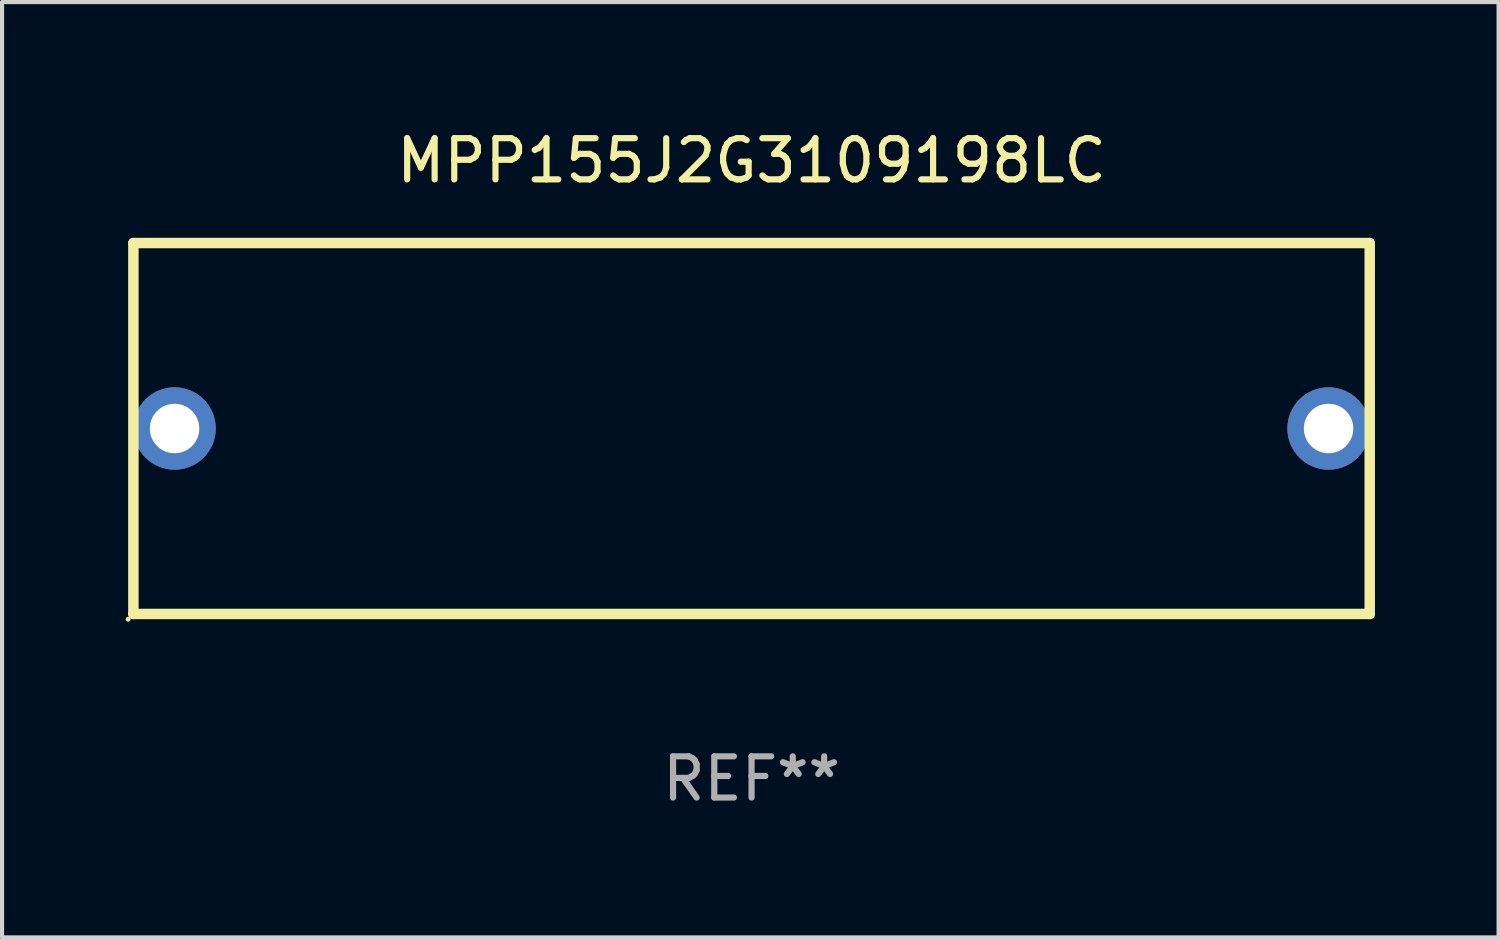
<source format=kicad_pcb>
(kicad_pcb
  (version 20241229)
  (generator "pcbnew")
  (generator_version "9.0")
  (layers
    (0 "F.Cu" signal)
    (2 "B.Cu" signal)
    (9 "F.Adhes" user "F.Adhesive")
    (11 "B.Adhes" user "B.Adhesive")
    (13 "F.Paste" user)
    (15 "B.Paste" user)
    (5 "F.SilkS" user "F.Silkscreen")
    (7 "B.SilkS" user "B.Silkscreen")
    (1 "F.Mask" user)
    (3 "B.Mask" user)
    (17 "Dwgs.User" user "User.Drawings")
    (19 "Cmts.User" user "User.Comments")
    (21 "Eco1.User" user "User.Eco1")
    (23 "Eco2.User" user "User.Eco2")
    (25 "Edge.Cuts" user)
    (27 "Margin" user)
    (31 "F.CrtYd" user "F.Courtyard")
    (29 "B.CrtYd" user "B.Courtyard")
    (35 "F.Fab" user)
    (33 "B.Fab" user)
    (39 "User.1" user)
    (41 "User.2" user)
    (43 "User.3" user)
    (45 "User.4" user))
  (footprint "MPP155J2G3109198LC"
    (layer "F.Cu")
    (at 15.187 7.348)
    (property "Reference" "MPP155J2G3109198LC" (at 0 -6.5 0) (layer "F.SilkS") (effects (font (size 1 1) (thickness 0.15))))
    (attr through_hole)
    (fp_line (start -15 -4.5) (end 15 -4.5) (stroke (width 0.254) (type solid)) (layer "F.SilkS"))
    (fp_line (start -15 4.5) (end -15 -4.5) (stroke (width 0.254) (type solid)) (layer "F.SilkS"))
    (fp_line (start 15 -4.5) (end 15 4.5) (stroke (width 0.254) (type solid)) (layer "F.SilkS"))
    (fp_line (start 15 4.5) (end -15 4.5) (stroke (width 0.254) (type solid)) (layer "F.SilkS"))
    (fp_circle (center -15.127 4.627) (end -15.097 4.627) (stroke (width 0.06) (type solid)) (fill no) (layer "F.SilkS"))
    (fp_text user "REF**" (at 0 8.5 0) (layer "F.Fab") (effects (font (size 1 1) (thickness 0.15))))
    (pad "1" thru_hole circle (at -14.001 -0.000127) (size 2 2) (drill 1.2) (layers "*.Cu" "*.Mask"))
    (pad "2" thru_hole circle (at 14.001 -0.000127) (size 2 2) (drill 1.2) (layers "*.Cu" "*.Mask")))
  (gr_rect
    (start -3 -3)
    (end 33.314 19.697)
    (stroke (width 0.1) (type default))
    (fill no)
    (layer "Edge.Cuts")))
</source>
